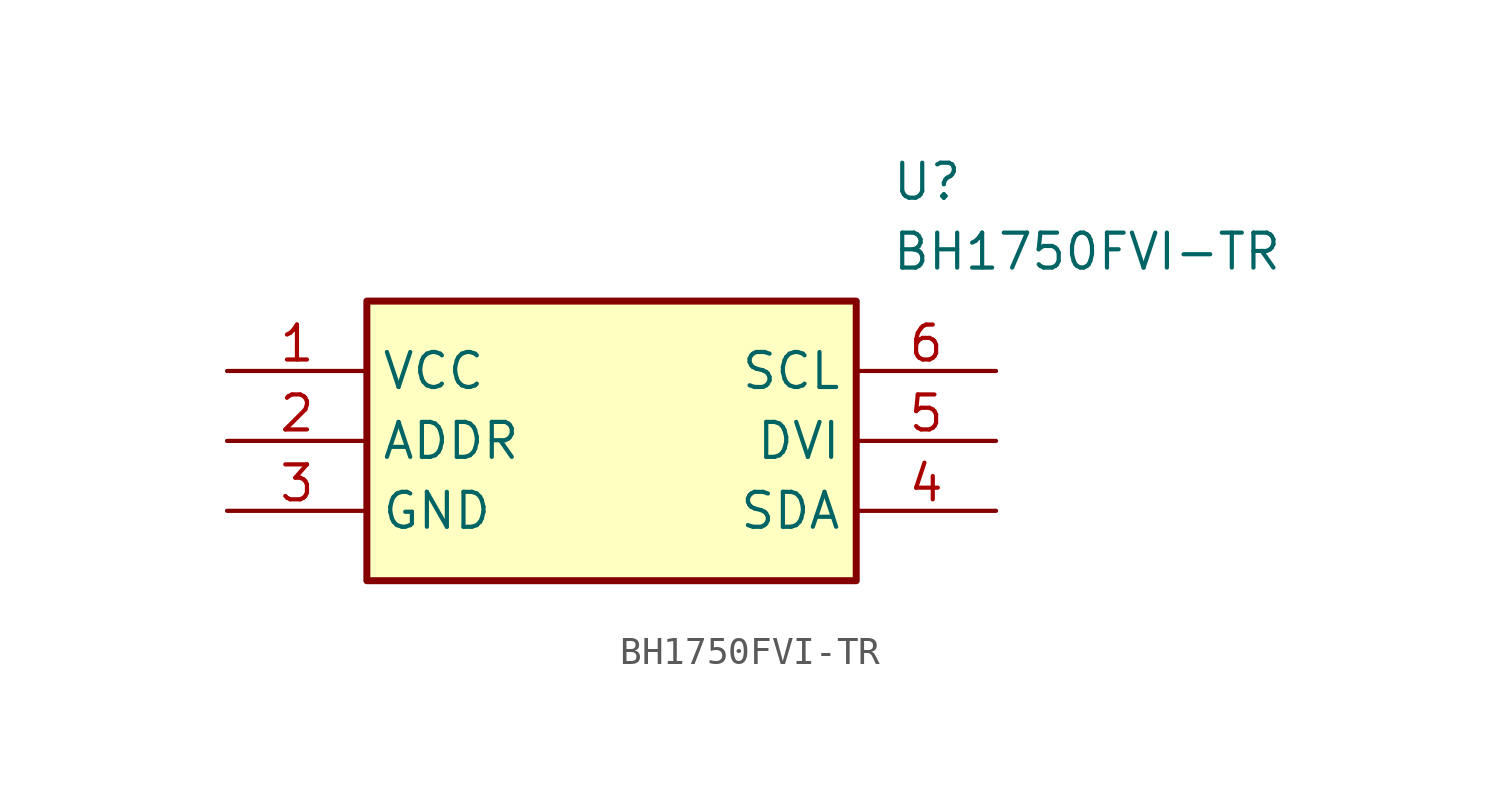
<source format=kicad_sym>
(kicad_symbol_lib
  (version 20220914)
  (generator kicad_symbol_editor)
  (symbol "BH1750FVI-TR"
    (property "Reference" "U"
      (at 24.13 7.62 0)
      (effects (font (size 1.27 1.27)) (justify left top)))
    (property "Value" "BH1750FVI-TR"
      (at 24.13 5.08 0)
      (effects (font (size 1.27 1.27)) (justify left top)))
    (symbol "BH1750FVI-TR_1_1"
      (rectangle (start 5.08 2.54) (end 22.86 -7.62) (stroke (width 0.254) (type default)) (fill (type background)))
      (pin passive line (at 0 0 0) (length 5.08) (name "VCC" (effects (font (size 1.27 1.27)))) (number "1" (effects (font (size 1.27 1.27)))))
      (pin passive line (at 0 -2.54 0) (length 5.08) (name "ADDR" (effects (font (size 1.27 1.27)))) (number "2" (effects (font (size 1.27 1.27)))))
      (pin passive line (at 0 -5.08 0) (length 5.08) (name "GND" (effects (font (size 1.27 1.27)))) (number "3" (effects (font (size 1.27 1.27)))))
      (pin passive line (at 27.94 -5.08 180) (length 5.08) (name "SDA" (effects (font (size 1.27 1.27)))) (number "4" (effects (font (size 1.27 1.27)))))
      (pin passive line (at 27.94 -2.54 180) (length 5.08) (name "DVI" (effects (font (size 1.27 1.27)))) (number "5" (effects (font (size 1.27 1.27)))))
      (pin passive line (at 27.94 0 180) (length 5.08) (name "SCL" (effects (font (size 1.27 1.27)))) (number "6" (effects (font (size 1.27 1.27))))))))
</source>
